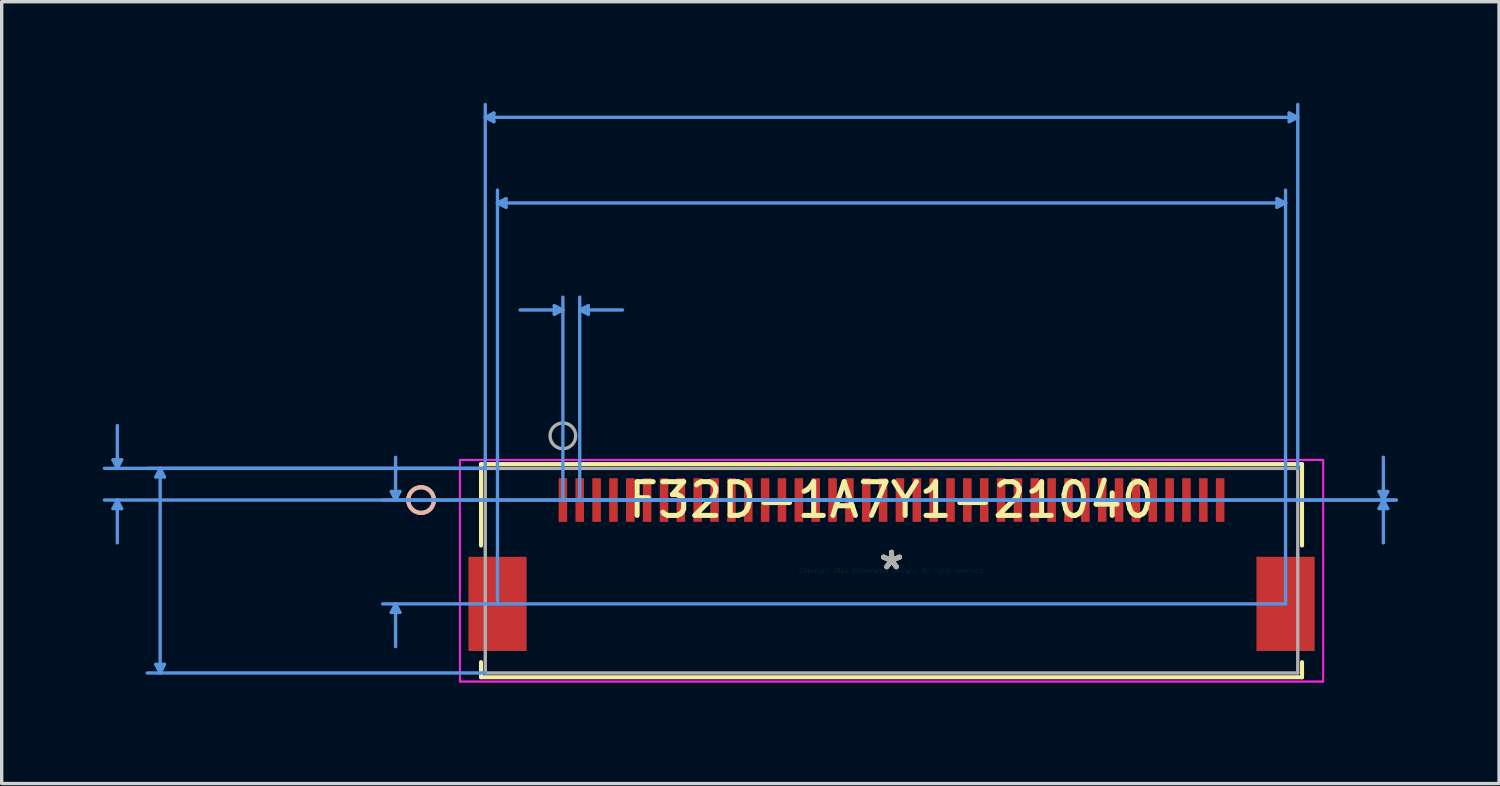
<source format=kicad_pcb>
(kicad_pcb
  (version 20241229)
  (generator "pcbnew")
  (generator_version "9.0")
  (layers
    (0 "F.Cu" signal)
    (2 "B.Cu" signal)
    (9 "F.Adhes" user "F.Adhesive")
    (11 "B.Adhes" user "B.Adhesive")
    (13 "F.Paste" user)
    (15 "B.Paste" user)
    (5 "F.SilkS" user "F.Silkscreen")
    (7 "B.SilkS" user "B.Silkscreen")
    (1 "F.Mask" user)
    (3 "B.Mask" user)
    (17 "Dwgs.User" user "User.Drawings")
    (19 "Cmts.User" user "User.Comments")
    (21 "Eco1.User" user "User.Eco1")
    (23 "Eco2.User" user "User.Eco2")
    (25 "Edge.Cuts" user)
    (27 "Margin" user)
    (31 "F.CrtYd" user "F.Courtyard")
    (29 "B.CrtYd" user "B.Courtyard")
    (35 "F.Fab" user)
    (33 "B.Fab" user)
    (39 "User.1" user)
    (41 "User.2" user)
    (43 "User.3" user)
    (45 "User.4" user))
  (footprint "F32D-1A7Y1-21040"
    (layer "F.Cu")
    (at 23.399 13.88)
    (property "Reference" "F32D-1A7Y1-21040" (at 0 -2.095 0) (layer "F.SilkS") (effects (font (size 1 1) (thickness 0.15))))
    (attr through_hole)
    (fp_line (start -12.179 -3.162) (end -12.179 -0.745) (stroke (width 0.12) (type solid)) (layer "F.SilkS"))
    (fp_line (start -12.179 2.714) (end -12.179 3.162) (stroke (width 0.12) (type solid)) (layer "F.SilkS"))
    (fp_line (start -12.179 3.162) (end 12.179 3.162) (stroke (width 0.12) (type solid)) (layer "F.SilkS"))
    (fp_line (start 12.179 -3.162) (end -12.179 -3.162) (stroke (width 0.12) (type solid)) (layer "F.SilkS"))
    (fp_line (start 12.179 -0.745) (end 12.179 -3.162) (stroke (width 0.12) (type solid)) (layer "F.SilkS"))
    (fp_line (start 12.179 3.162) (end 12.179 2.714) (stroke (width 0.12) (type solid)) (layer "F.SilkS"))
    (fp_circle (center -13.957 -2.095) (end -13.576 -2.095) (stroke (width 0.12) (type solid)) (fill no) (layer "F.SilkS"))
    (fp_circle (center -13.957 -2.095) (end -13.576 -2.095) (stroke (width 0.12) (type solid)) (fill no) (layer "B.SilkS"))
    (fp_line (start -23.095 -3.289) (end -22.841 -3.289) (stroke (width 0.1) (type solid)) (layer "Cmts.User"))
    (fp_line (start -23.095 -1.841) (end -22.841 -1.841) (stroke (width 0.1) (type solid)) (layer "Cmts.User"))
    (fp_line (start -22.968 -3.035) (end -23.095 -3.289) (stroke (width 0.1) (type solid)) (layer "Cmts.User"))
    (fp_line (start -22.968 -3.035) (end -22.968 -4.305) (stroke (width 0.1) (type solid)) (layer "Cmts.User"))
    (fp_line (start -22.968 -3.035) (end -22.841 -3.289) (stroke (width 0.1) (type solid)) (layer "Cmts.User"))
    (fp_line (start -22.968 -2.095) (end -23.095 -1.841) (stroke (width 0.1) (type solid)) (layer "Cmts.User"))
    (fp_line (start -22.968 -2.095) (end -22.968 -0.825) (stroke (width 0.1) (type solid)) (layer "Cmts.User"))
    (fp_line (start -22.968 -2.095) (end -22.841 -1.841) (stroke (width 0.1) (type solid)) (layer "Cmts.User"))
    (fp_line (start -21.825 -2.781) (end -21.571 -2.781) (stroke (width 0.1) (type solid)) (layer "Cmts.User"))
    (fp_line (start -21.825 2.781) (end -21.571 2.781) (stroke (width 0.1) (type solid)) (layer "Cmts.User"))
    (fp_line (start -21.698 -3.035) (end -21.825 -2.781) (stroke (width 0.1) (type solid)) (layer "Cmts.User"))
    (fp_line (start -21.698 -3.035) (end -21.698 3.035) (stroke (width 0.1) (type solid)) (layer "Cmts.User"))
    (fp_line (start -21.698 -3.035) (end -21.571 -2.781) (stroke (width 0.1) (type solid)) (layer "Cmts.User"))
    (fp_line (start -21.698 3.035) (end -21.825 2.781) (stroke (width 0.1) (type solid)) (layer "Cmts.User"))
    (fp_line (start -21.698 3.035) (end -21.571 2.781) (stroke (width 0.1) (type solid)) (layer "Cmts.User"))
    (fp_line (start -14.84 -2.349) (end -14.586 -2.349) (stroke (width 0.1) (type solid)) (layer "Cmts.User"))
    (fp_line (start -14.84 1.239) (end -14.586 1.239) (stroke (width 0.1) (type solid)) (layer "Cmts.User"))
    (fp_line (start -14.713 -2.095) (end -14.84 -2.349) (stroke (width 0.1) (type solid)) (layer "Cmts.User"))
    (fp_line (start -14.713 -2.095) (end -14.713 -3.365) (stroke (width 0.1) (type solid)) (layer "Cmts.User"))
    (fp_line (start -14.713 -2.095) (end -14.586 -2.349) (stroke (width 0.1) (type solid)) (layer "Cmts.User"))
    (fp_line (start -14.713 0.985) (end -14.84 1.239) (stroke (width 0.1) (type solid)) (layer "Cmts.User"))
    (fp_line (start -14.713 0.985) (end -14.713 2.255) (stroke (width 0.1) (type solid)) (layer "Cmts.User"))
    (fp_line (start -14.713 0.985) (end -14.586 1.239) (stroke (width 0.1) (type solid)) (layer "Cmts.User"))
    (fp_line (start -12.052 -13.449) (end -11.798 -13.576) (stroke (width 0.1) (type solid)) (layer "Cmts.User"))
    (fp_line (start -12.052 -13.449) (end -11.798 -13.322) (stroke (width 0.1) (type solid)) (layer "Cmts.User"))
    (fp_line (start -12.052 -13.449) (end 12.052 -13.449) (stroke (width 0.1) (type solid)) (layer "Cmts.User"))
    (fp_line (start -12.052 -3.035) (end -23.349 -3.035) (stroke (width 0.1) (type solid)) (layer "Cmts.User"))
    (fp_line (start -12.052 -3.035) (end -22.079 -3.035) (stroke (width 0.1) (type solid)) (layer "Cmts.User"))
    (fp_line (start -12.052 -3.035) (end -12.052 -13.83) (stroke (width 0.1) (type solid)) (layer "Cmts.User"))
    (fp_line (start -12.052 3.035) (end -22.079 3.035) (stroke (width 0.1) (type solid)) (layer "Cmts.User"))
    (fp_line (start -11.798 -13.576) (end -11.798 -13.322) (stroke (width 0.1) (type solid)) (layer "Cmts.User"))
    (fp_line (start -11.69 -10.909) (end -11.436 -11.036) (stroke (width 0.1) (type solid)) (layer "Cmts.User"))
    (fp_line (start -11.69 -10.909) (end -11.436 -10.782) (stroke (width 0.1) (type solid)) (layer "Cmts.User"))
    (fp_line (start -11.69 -10.909) (end 11.69 -10.909) (stroke (width 0.1) (type solid)) (layer "Cmts.User"))
    (fp_line (start -11.69 0.985) (end -11.69 -11.29) (stroke (width 0.1) (type solid)) (layer "Cmts.User"))
    (fp_line (start -11.436 -11.036) (end -11.436 -10.782) (stroke (width 0.1) (type solid)) (layer "Cmts.User"))
    (fp_line (start -10.004 -7.861) (end -10.004 -7.607) (stroke (width 0.1) (type solid)) (layer "Cmts.User"))
    (fp_line (start -9.75 -7.734) (end -11.02 -7.734) (stroke (width 0.1) (type solid)) (layer "Cmts.User"))
    (fp_line (start -9.75 -7.734) (end -10.004 -7.861) (stroke (width 0.1) (type solid)) (layer "Cmts.User"))
    (fp_line (start -9.75 -7.734) (end -10.004 -7.607) (stroke (width 0.1) (type solid)) (layer "Cmts.User"))
    (fp_line (start -9.75 -2.095) (end -9.75 -8.115) (stroke (width 0.1) (type solid)) (layer "Cmts.User"))
    (fp_line (start -9.75 -2.095) (end 14.973 -2.095) (stroke (width 0.1) (type solid)) (layer "Cmts.User"))
    (fp_line (start -9.75 -2.095) (end 14.973 -2.095) (stroke (width 0.1) (type solid)) (layer "Cmts.User"))
    (fp_line (start -9.25 -7.734) (end -8.996 -7.861) (stroke (width 0.1) (type solid)) (layer "Cmts.User"))
    (fp_line (start -9.25 -7.734) (end -8.996 -7.607) (stroke (width 0.1) (type solid)) (layer "Cmts.User"))
    (fp_line (start -9.25 -7.734) (end -7.98 -7.734) (stroke (width 0.1) (type solid)) (layer "Cmts.User"))
    (fp_line (start -9.25 -2.095) (end -9.25 -8.115) (stroke (width 0.1) (type solid)) (layer "Cmts.User"))
    (fp_line (start -8.996 -7.861) (end -8.996 -7.607) (stroke (width 0.1) (type solid)) (layer "Cmts.User"))
    (fp_line (start 0 -2.095) (end -23.349 -2.095) (stroke (width 0.1) (type solid)) (layer "Cmts.User"))
    (fp_line (start 0 -2.095) (end -15.094 -2.095) (stroke (width 0.1) (type solid)) (layer "Cmts.User"))
    (fp_line (start 11.436 -11.036) (end 11.436 -10.782) (stroke (width 0.1) (type solid)) (layer "Cmts.User"))
    (fp_line (start 11.69 -10.909) (end 11.436 -11.036) (stroke (width 0.1) (type solid)) (layer "Cmts.User"))
    (fp_line (start 11.69 -10.909) (end 11.436 -10.782) (stroke (width 0.1) (type solid)) (layer "Cmts.User"))
    (fp_line (start 11.69 0.985) (end -15.094 0.985) (stroke (width 0.1) (type solid)) (layer "Cmts.User"))
    (fp_line (start 11.69 0.985) (end 11.69 -11.29) (stroke (width 0.1) (type solid)) (layer "Cmts.User"))
    (fp_line (start 11.798 -13.576) (end 11.798 -13.322) (stroke (width 0.1) (type solid)) (layer "Cmts.User"))
    (fp_line (start 12.052 -13.449) (end 11.798 -13.576) (stroke (width 0.1) (type solid)) (layer "Cmts.User"))
    (fp_line (start 12.052 -13.449) (end 11.798 -13.322) (stroke (width 0.1) (type solid)) (layer "Cmts.User"))
    (fp_line (start 12.052 -3.035) (end 12.052 -13.83) (stroke (width 0.1) (type solid)) (layer "Cmts.User"))
    (fp_line (start 14.465 -2.349) (end 14.719 -2.349) (stroke (width 0.1) (type solid)) (layer "Cmts.User"))
    (fp_line (start 14.465 -1.841) (end 14.719 -1.841) (stroke (width 0.1) (type solid)) (layer "Cmts.User"))
    (fp_line (start 14.592 -2.095) (end 14.465 -2.349) (stroke (width 0.1) (type solid)) (layer "Cmts.User"))
    (fp_line (start 14.592 -2.095) (end 14.465 -1.841) (stroke (width 0.1) (type solid)) (layer "Cmts.User"))
    (fp_line (start 14.592 -2.095) (end 14.592 -3.365) (stroke (width 0.1) (type solid)) (layer "Cmts.User"))
    (fp_line (start 14.592 -2.095) (end 14.592 -0.825) (stroke (width 0.1) (type solid)) (layer "Cmts.User"))
    (fp_line (start 14.592 -2.095) (end 14.719 -2.349) (stroke (width 0.1) (type solid)) (layer "Cmts.User"))
    (fp_line (start 14.592 -2.095) (end 14.719 -1.841) (stroke (width 0.1) (type solid)) (layer "Cmts.User"))
    (fp_line (start -12.808 -3.289) (end -12.808 3.289) (stroke (width 0.05) (type solid)) (layer "F.CrtYd"))
    (fp_line (start -12.808 -3.289) (end -12.808 3.289) (stroke (width 0.05) (type solid)) (layer "F.CrtYd"))
    (fp_line (start -12.808 3.289) (end 12.808 3.289) (stroke (width 0.05) (type solid)) (layer "F.CrtYd"))
    (fp_line (start -12.808 3.289) (end 12.808 3.289) (stroke (width 0.05) (type solid)) (layer "F.CrtYd"))
    (fp_line (start 12.808 -3.289) (end -12.808 -3.289) (stroke (width 0.05) (type solid)) (layer "F.CrtYd"))
    (fp_line (start 12.808 -3.289) (end -12.808 -3.289) (stroke (width 0.05) (type solid)) (layer "F.CrtYd"))
    (fp_line (start 12.808 3.289) (end 12.808 -3.289) (stroke (width 0.05) (type solid)) (layer "F.CrtYd"))
    (fp_line (start 12.808 3.289) (end 12.808 -3.289) (stroke (width 0.05) (type solid)) (layer "F.CrtYd"))
    (fp_line (start -12.052 -3.035) (end -12.052 3.035) (stroke (width 0.1) (type solid)) (layer "F.Fab"))
    (fp_line (start -12.052 3.035) (end 12.052 3.035) (stroke (width 0.1) (type solid)) (layer "F.Fab"))
    (fp_line (start 12.052 -3.035) (end -12.052 -3.035) (stroke (width 0.1) (type solid)) (layer "F.Fab"))
    (fp_line (start 12.052 3.035) (end 12.052 -3.035) (stroke (width 0.1) (type solid)) (layer "F.Fab"))
    (fp_circle (center -9.75 -4) (end -9.369 -4) (stroke (width 0.1) (type solid)) (fill no) (layer "F.Fab"))
    (fp_text user "*" (at 0 0 0) (layer "F.SilkS") (effects (font (size 1 1) (thickness 0.15))))
    (fp_text user "Copyright 2021 Accelerated Designs. All rights reserved." (at 0 0 0) (layer "Cmts.User") (effects (font (size 0.127 0.127) (thickness 0.002))))
    (fp_text user "*" (at 0 0 0) (layer "F.Fab") (effects (font (size 1 1) (thickness 0.15))))
    (pad "1" smd rect (at -9.75 -2.095) (size 0.254 1.295) (layers "F.Cu" "F.Mask" "F.Paste"))
    (pad "2" smd rect (at -9.25 -2.095) (size 0.254 1.295) (layers "F.Cu" "F.Mask" "F.Paste"))
    (pad "3" smd rect (at -8.75 -2.095) (size 0.254 1.295) (layers "F.Cu" "F.Mask" "F.Paste"))
    (pad "4" smd rect (at -8.25 -2.095) (size 0.254 1.295) (layers "F.Cu" "F.Mask" "F.Paste"))
    (pad "5" smd rect (at -7.75 -2.095) (size 0.254 1.295) (layers "F.Cu" "F.Mask" "F.Paste"))
    (pad "6" smd rect (at -7.25 -2.095) (size 0.254 1.295) (layers "F.Cu" "F.Mask" "F.Paste"))
    (pad "7" smd rect (at -6.75 -2.095) (size 0.254 1.295) (layers "F.Cu" "F.Mask" "F.Paste"))
    (pad "8" smd rect (at -6.25 -2.095) (size 0.254 1.295) (layers "F.Cu" "F.Mask" "F.Paste"))
    (pad "9" smd rect (at -5.75 -2.095) (size 0.254 1.295) (layers "F.Cu" "F.Mask" "F.Paste"))
    (pad "10" smd rect (at -5.25 -2.095) (size 0.254 1.295) (layers "F.Cu" "F.Mask" "F.Paste"))
    (pad "11" smd rect (at -4.75 -2.095) (size 0.254 1.295) (layers "F.Cu" "F.Mask" "F.Paste"))
    (pad "12" smd rect (at -4.25 -2.095) (size 0.254 1.295) (layers "F.Cu" "F.Mask" "F.Paste"))
    (pad "13" smd rect (at -3.75 -2.095) (size 0.254 1.295) (layers "F.Cu" "F.Mask" "F.Paste"))
    (pad "14" smd rect (at -3.25 -2.095) (size 0.254 1.295) (layers "F.Cu" "F.Mask" "F.Paste"))
    (pad "15" smd rect (at -2.75 -2.095) (size 0.254 1.295) (layers "F.Cu" "F.Mask" "F.Paste"))
    (pad "16" smd rect (at -2.25 -2.095) (size 0.254 1.295) (layers "F.Cu" "F.Mask" "F.Paste"))
    (pad "17" smd rect (at -1.75 -2.095) (size 0.254 1.295) (layers "F.Cu" "F.Mask" "F.Paste"))
    (pad "18" smd rect (at -1.25 -2.095) (size 0.254 1.295) (layers "F.Cu" "F.Mask" "F.Paste"))
    (pad "19" smd rect (at -0.75 -2.095) (size 0.254 1.295) (layers "F.Cu" "F.Mask" "F.Paste"))
    (pad "20" smd rect (at -0.25 -2.095) (size 0.254 1.295) (layers "F.Cu" "F.Mask" "F.Paste"))
    (pad "21" smd rect (at 0.25 -2.095) (size 0.254 1.295) (layers "F.Cu" "F.Mask" "F.Paste"))
    (pad "22" smd rect (at 0.75 -2.095) (size 0.254 1.295) (layers "F.Cu" "F.Mask" "F.Paste"))
    (pad "23" smd rect (at 1.25 -2.095) (size 0.254 1.295) (layers "F.Cu" "F.Mask" "F.Paste"))
    (pad "24" smd rect (at 1.75 -2.095) (size 0.254 1.295) (layers "F.Cu" "F.Mask" "F.Paste"))
    (pad "25" smd rect (at 2.25 -2.095) (size 0.254 1.295) (layers "F.Cu" "F.Mask" "F.Paste"))
    (pad "26" smd rect (at 2.75 -2.095) (size 0.254 1.295) (layers "F.Cu" "F.Mask" "F.Paste"))
    (pad "27" smd rect (at 3.25 -2.095) (size 0.254 1.295) (layers "F.Cu" "F.Mask" "F.Paste"))
    (pad "28" smd rect (at 3.75 -2.095) (size 0.254 1.295) (layers "F.Cu" "F.Mask" "F.Paste"))
    (pad "29" smd rect (at 4.25 -2.095) (size 0.254 1.295) (layers "F.Cu" "F.Mask" "F.Paste"))
    (pad "30" smd rect (at 4.75 -2.095) (size 0.254 1.295) (layers "F.Cu" "F.Mask" "F.Paste"))
    (pad "31" smd rect (at 5.25 -2.095) (size 0.254 1.295) (layers "F.Cu" "F.Mask" "F.Paste"))
    (pad "32" smd rect (at 5.75 -2.095) (size 0.254 1.295) (layers "F.Cu" "F.Mask" "F.Paste"))
    (pad "33" smd rect (at 6.25 -2.095) (size 0.254 1.295) (layers "F.Cu" "F.Mask" "F.Paste"))
    (pad "34" smd rect (at 6.75 -2.095) (size 0.254 1.295) (layers "F.Cu" "F.Mask" "F.Paste"))
    (pad "35" smd rect (at 7.25 -2.095) (size 0.254 1.295) (layers "F.Cu" "F.Mask" "F.Paste"))
    (pad "36" smd rect (at 7.75 -2.095) (size 0.254 1.295) (layers "F.Cu" "F.Mask" "F.Paste"))
    (pad "37" smd rect (at 8.25 -2.095) (size 0.254 1.295) (layers "F.Cu" "F.Mask" "F.Paste"))
    (pad "38" smd rect (at 8.75 -2.095) (size 0.254 1.295) (layers "F.Cu" "F.Mask" "F.Paste"))
    (pad "39" smd rect (at 9.25 -2.095) (size 0.254 1.295) (layers "F.Cu" "F.Mask" "F.Paste"))
    (pad "40" smd rect (at 9.75 -2.095) (size 0.254 1.295) (layers "F.Cu" "F.Mask" "F.Paste"))
    (pad "41" smd rect (at -11.69 0.985) (size 1.727 2.794) (layers "F.Cu" "F.Mask" "F.Paste"))
    (pad "42" smd rect (at 11.69 0.985) (size 1.727 2.794) (layers "F.Cu" "F.Mask" "F.Paste")))
  (gr_rect
    (start -3 -3)
    (end 41.422 20.195)
    (stroke (width 0.1) (type default))
    (fill no)
    (layer "Edge.Cuts")))
</source>
